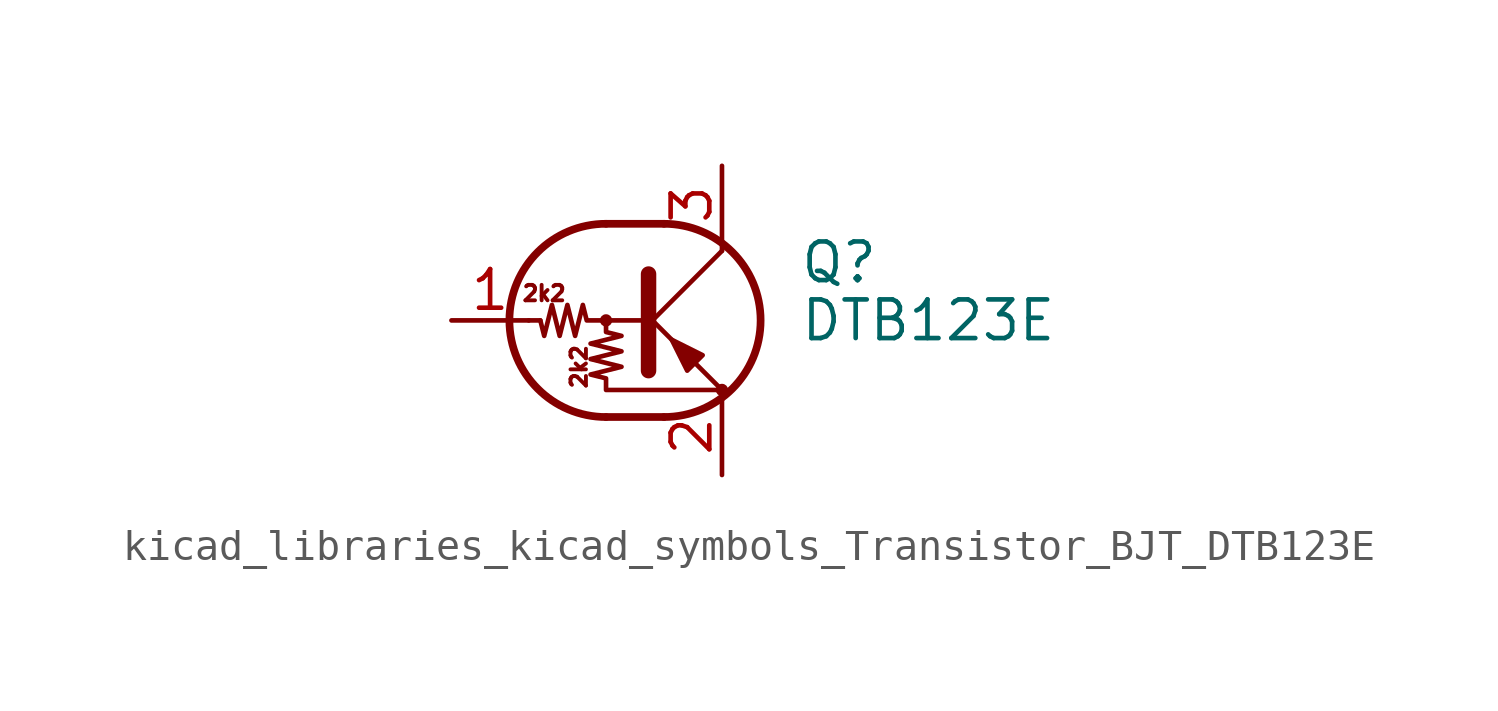
<source format=kicad_sym>
(kicad_symbol_lib
  (version 20220914)
  (generator kicad_symbol_editor)
  (symbol "kicad_libraries_kicad_symbols_Transistor_BJT_DTB123E"
    (pin_names
      (offset 0) hide)
    (property "Reference" "Q"
      (at 5.08 1.905 0)
      (effects (font (size 1.27 1.27)) (justify left)))
    (property "Value" "DTB123E"
      (at 5.08 0 0)
      (effects (font (size 1.27 1.27)) (justify left)))
    (symbol "kicad_libraries_kicad_symbols_Transistor_BJT_DTB123E_0_0"
      (text "2k2" (at -3.302 0.889 0) (effects (font (size 0.508 0.508))))
      (text "2k2" (at -2.159 -1.524 900) (effects (font (size 0.508 0.508)))))
    (symbol "kicad_libraries_kicad_symbols_Transistor_BJT_DTB123E_0_1"
      (circle (center -1.27 0) (radius 0.127) (stroke (width 0) (type default)) (fill (type none)))
      (arc (start -1.27 3.175) (mid -4.4312 0) (end -1.27 -3.175) (stroke (width 0.254) (type default)) (fill (type none)))
      (polyline (pts (xy -3.429 0) (xy -3.81 0)) (stroke (width 0) (type default)) (fill (type none)))
      (polyline (pts (xy -1.27 -3.175) (xy 0.635 -3.175)) (stroke (width 0.254) (type default)) (fill (type none)))
      (polyline (pts (xy -1.27 3.175) (xy 0.635 3.175)) (stroke (width 0.254) (type default)) (fill (type none)))
      (polyline (pts (xy 0 -0.254) (xy 2.54 2.286)) (stroke (width 0) (type default)) (fill (type none)))
      (polyline (pts (xy 0.127 1.524) (xy 0.127 -1.651)) (stroke (width 0.508) (type default)) (fill (type outline)))
      (polyline (pts (xy 2.54 2.286) (xy 2.54 2.54)) (stroke (width 0) (type default)) (fill (type none)))
      (polyline (pts (xy 2.54 -2.286) (xy 0 0.254) (xy 0 0.254)) (stroke (width 0) (type default)) (fill (type none)))
      (polyline (pts (xy 1.397 -1.651) (xy 1.905 -1.143) (xy 0.889 -0.635) (xy 1.397 -1.651)) (stroke (width 0) (type default)) (fill (type outline)))
      (polyline (pts (xy 0 0) (xy -1.905 0) (xy -2.032 0.508) (xy -2.286 -0.508) (xy -2.54 0.508) (xy -2.794 -0.508) (xy -3.048 0.508) (xy -3.302 -0.508) (xy -3.429 0)) (stroke (width 0) (type default)) (fill (type none)))
      (polyline (pts (xy -1.27 0) (xy -1.27 -0.381) (xy -0.762 -0.508) (xy -1.778 -0.762) (xy -0.762 -1.016) (xy -1.778 -1.27) (xy -0.762 -1.524) (xy -1.778 -1.778) (xy -1.27 -1.905) (xy -1.27 -2.286) (xy 2.54 -2.286)) (stroke (width 0) (type default)) (fill (type none)))
      (arc (start 0.635 -3.175) (mid 3.7962 0) (end 0.635 3.175) (stroke (width 0.254) (type default)) (fill (type none)))
      (circle (center 2.54 -2.286) (radius 0.127) (stroke (width 0) (type default)) (fill (type none))))
    (symbol "kicad_libraries_kicad_symbols_Transistor_BJT_DTB123E_1_1"
      (pin input line (at -6.35 0 0) (length 2.54) (name "B" (effects (font (size 1.27 1.27)))) (number "1" (effects (font (size 1.27 1.27)))))
      (pin passive line (at 2.54 -5.08 90) (length 2.54) (name "E" (effects (font (size 1.27 1.27)))) (number "2" (effects (font (size 1.27 1.27)))))
      (pin passive line (at 2.54 5.08 270) (length 2.54) (name "C" (effects (font (size 1.27 1.27)))) (number "3" (effects (font (size 1.27 1.27))))))))
</source>
